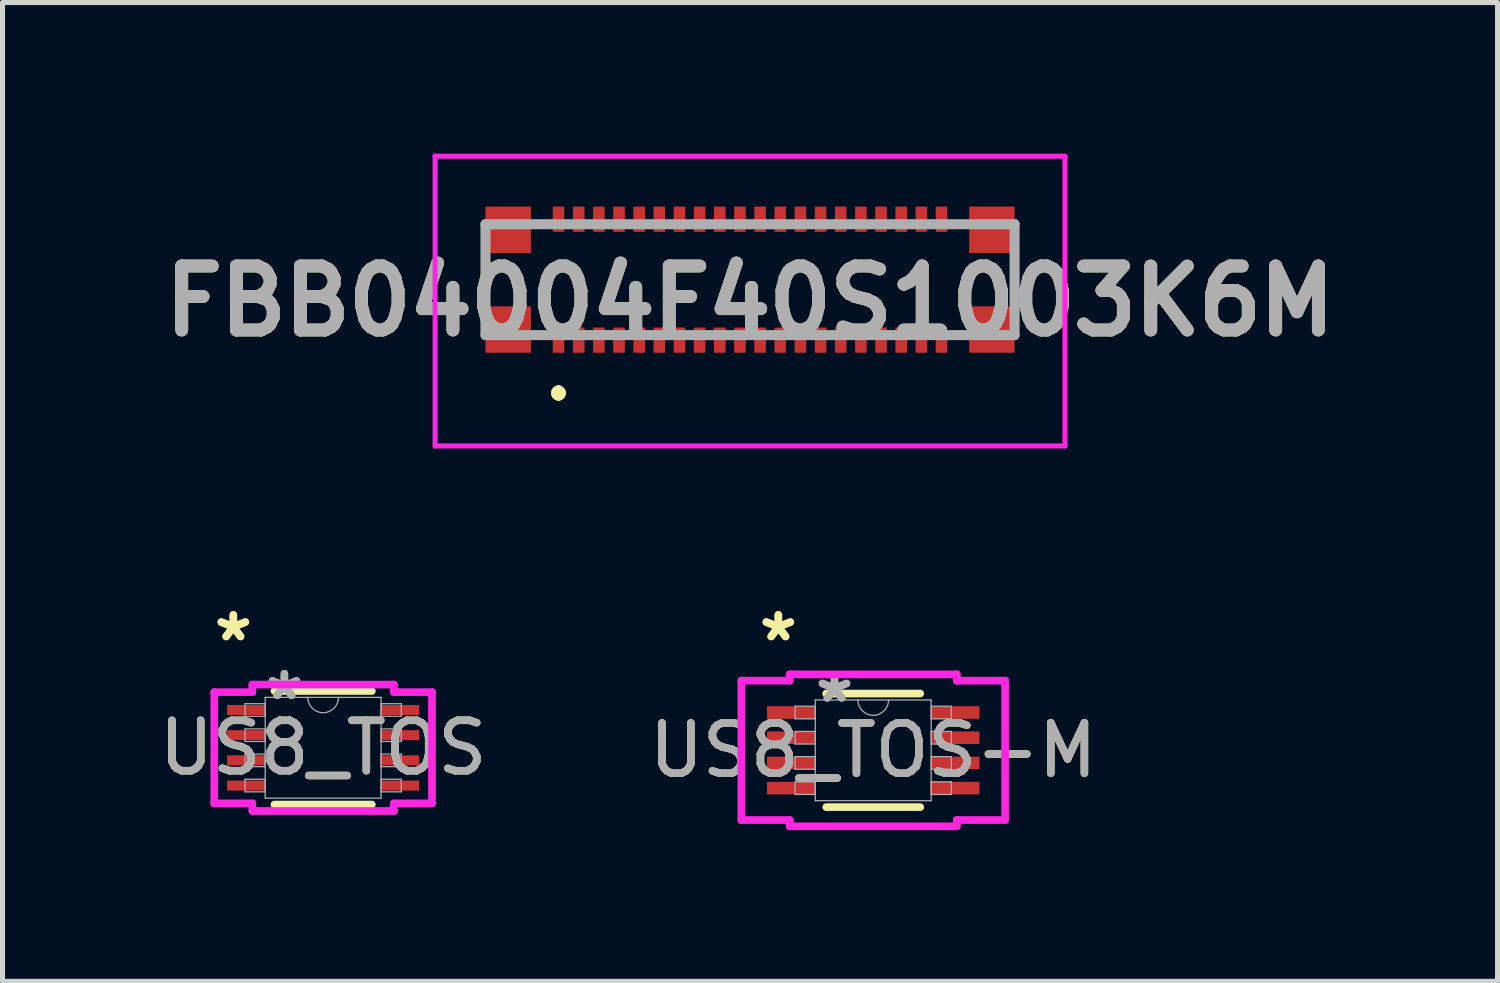
<source format=kicad_pcb>
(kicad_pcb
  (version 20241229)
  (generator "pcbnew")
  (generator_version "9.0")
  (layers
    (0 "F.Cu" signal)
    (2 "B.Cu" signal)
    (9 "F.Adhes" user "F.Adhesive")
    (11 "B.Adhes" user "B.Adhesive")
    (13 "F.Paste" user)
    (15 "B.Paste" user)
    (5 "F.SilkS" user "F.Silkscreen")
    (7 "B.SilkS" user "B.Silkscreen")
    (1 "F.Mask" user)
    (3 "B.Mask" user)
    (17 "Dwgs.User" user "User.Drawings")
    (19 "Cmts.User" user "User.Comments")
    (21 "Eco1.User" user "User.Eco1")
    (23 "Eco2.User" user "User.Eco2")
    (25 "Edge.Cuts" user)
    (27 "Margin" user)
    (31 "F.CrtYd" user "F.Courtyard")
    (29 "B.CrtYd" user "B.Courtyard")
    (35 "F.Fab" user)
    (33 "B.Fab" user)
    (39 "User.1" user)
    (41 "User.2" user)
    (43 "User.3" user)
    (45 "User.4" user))
  (footprint "FBB04004F40S1003K6M"
    (layer "F.Cu")
    (at 11.835 2.5)
    (property "Reference" "FBB04004F40S1003K6M" (at 0 0.425 0) (layer "F.SilkS") (effects (font (size 1.27 1.27) (thickness 0.254))))
    (attr smd)
    (fp_line (start -3.8 2.2) (end -3.8 2.2) (stroke (width 0.2) (type solid)) (layer "F.SilkS"))
    (fp_line (start -3.8 2.2) (end -3.8 2.2) (stroke (width 0.2) (type solid)) (layer "F.SilkS"))
    (fp_line (start -3.8 2.3) (end -3.8 2.3) (stroke (width 0.2) (type solid)) (layer "F.SilkS"))
    (fp_arc (start -3.8 2.2) (mid -3.75 2.25) (end -3.8 2.3) (stroke (width 0.2) (type solid)) (layer "F.SilkS"))
    (fp_arc (start -3.8 2.3) (mid -3.85 2.25) (end -3.8 2.2) (stroke (width 0.2) (type solid)) (layer "F.SilkS"))
    (fp_arc (start -3.8 2.3) (mid -3.85 2.25) (end -3.8 2.2) (stroke (width 0.2) (type solid)) (layer "F.SilkS"))
    (fp_line (start -6.25 -2.45) (end 6.25 -2.45) (stroke (width 0.1) (type solid)) (layer "F.CrtYd"))
    (fp_line (start -6.25 3.3) (end -6.25 -2.45) (stroke (width 0.1) (type solid)) (layer "F.CrtYd"))
    (fp_line (start 6.25 -2.45) (end 6.25 3.3) (stroke (width 0.1) (type solid)) (layer "F.CrtYd"))
    (fp_line (start 6.25 3.3) (end -6.25 3.3) (stroke (width 0.1) (type solid)) (layer "F.CrtYd"))
    (fp_line (start -5.25 -1.1) (end -5.25 1.1) (stroke (width 0.2) (type solid)) (layer "F.Fab"))
    (fp_line (start -5.25 1.1) (end 5.25 1.1) (stroke (width 0.2) (type solid)) (layer "F.Fab"))
    (fp_line (start 5.25 -1.1) (end -5.25 -1.1) (stroke (width 0.2) (type solid)) (layer "F.Fab"))
    (fp_line (start 5.25 1.1) (end 5.25 -1.1) (stroke (width 0.2) (type solid)) (layer "F.Fab"))
    (fp_text user "${REFERENCE}" (at 0 0.425 0) (layer "F.Fab") (effects (font (size 1.27 1.27) (thickness 0.254))))
    (pad "1" smd rect (at -3.8 1.2) (size 0.23 0.5) (layers "F.Cu" "F.Mask" "F.Paste"))
    (pad "2" smd rect (at -3.8 -1.2) (size 0.23 0.5) (layers "F.Cu" "F.Mask" "F.Paste"))
    (pad "3" smd rect (at -3.4 1.2) (size 0.23 0.5) (layers "F.Cu" "F.Mask" "F.Paste"))
    (pad "4" smd rect (at -3.4 -1.2) (size 0.23 0.5) (layers "F.Cu" "F.Mask" "F.Paste"))
    (pad "5" smd rect (at -3 1.2) (size 0.23 0.5) (layers "F.Cu" "F.Mask" "F.Paste"))
    (pad "6" smd rect (at -3 -1.2) (size 0.23 0.5) (layers "F.Cu" "F.Mask" "F.Paste"))
    (pad "7" smd rect (at -2.6 1.2) (size 0.23 0.5) (layers "F.Cu" "F.Mask" "F.Paste"))
    (pad "8" smd rect (at -2.6 -1.2) (size 0.23 0.5) (layers "F.Cu" "F.Mask" "F.Paste"))
    (pad "9" smd rect (at -2.2 1.2) (size 0.23 0.5) (layers "F.Cu" "F.Mask" "F.Paste"))
    (pad "10" smd rect (at -2.2 -1.2) (size 0.23 0.5) (layers "F.Cu" "F.Mask" "F.Paste"))
    (pad "11" smd rect (at -1.8 1.2) (size 0.23 0.5) (layers "F.Cu" "F.Mask" "F.Paste"))
    (pad "12" smd rect (at -1.8 -1.2) (size 0.23 0.5) (layers "F.Cu" "F.Mask" "F.Paste"))
    (pad "13" smd rect (at -1.4 1.2) (size 0.23 0.5) (layers "F.Cu" "F.Mask" "F.Paste"))
    (pad "14" smd rect (at -1.4 -1.2) (size 0.23 0.5) (layers "F.Cu" "F.Mask" "F.Paste"))
    (pad "15" smd rect (at -1 1.2) (size 0.23 0.5) (layers "F.Cu" "F.Mask" "F.Paste"))
    (pad "16" smd rect (at -1 -1.2) (size 0.23 0.5) (layers "F.Cu" "F.Mask" "F.Paste"))
    (pad "17" smd rect (at -0.6 1.2) (size 0.23 0.5) (layers "F.Cu" "F.Mask" "F.Paste"))
    (pad "18" smd rect (at -0.6 -1.2) (size 0.23 0.5) (layers "F.Cu" "F.Mask" "F.Paste"))
    (pad "19" smd rect (at -0.2 1.2) (size 0.23 0.5) (layers "F.Cu" "F.Mask" "F.Paste"))
    (pad "20" smd rect (at -0.2 -1.2) (size 0.23 0.5) (layers "F.Cu" "F.Mask" "F.Paste"))
    (pad "21" smd rect (at 0.2 1.2) (size 0.23 0.5) (layers "F.Cu" "F.Mask" "F.Paste"))
    (pad "22" smd rect (at 0.2 -1.2) (size 0.23 0.5) (layers "F.Cu" "F.Mask" "F.Paste"))
    (pad "23" smd rect (at 0.6 1.2) (size 0.23 0.5) (layers "F.Cu" "F.Mask" "F.Paste"))
    (pad "24" smd rect (at 0.6 -1.2) (size 0.23 0.5) (layers "F.Cu" "F.Mask" "F.Paste"))
    (pad "25" smd rect (at 1 1.2) (size 0.23 0.5) (layers "F.Cu" "F.Mask" "F.Paste"))
    (pad "26" smd rect (at 1 -1.2) (size 0.23 0.5) (layers "F.Cu" "F.Mask" "F.Paste"))
    (pad "27" smd rect (at 1.4 1.2) (size 0.23 0.5) (layers "F.Cu" "F.Mask" "F.Paste"))
    (pad "28" smd rect (at 1.4 -1.2) (size 0.23 0.5) (layers "F.Cu" "F.Mask" "F.Paste"))
    (pad "29" smd rect (at 1.8 1.2) (size 0.23 0.5) (layers "F.Cu" "F.Mask" "F.Paste"))
    (pad "30" smd rect (at 1.8 -1.2) (size 0.23 0.5) (layers "F.Cu" "F.Mask" "F.Paste"))
    (pad "31" smd rect (at 2.2 1.2) (size 0.23 0.5) (layers "F.Cu" "F.Mask" "F.Paste"))
    (pad "32" smd rect (at 2.2 -1.2) (size 0.23 0.5) (layers "F.Cu" "F.Mask" "F.Paste"))
    (pad "33" smd rect (at 2.6 1.2) (size 0.23 0.5) (layers "F.Cu" "F.Mask" "F.Paste"))
    (pad "34" smd rect (at 2.6 -1.2) (size 0.23 0.5) (layers "F.Cu" "F.Mask" "F.Paste"))
    (pad "35" smd rect (at 3 1.2) (size 0.23 0.5) (layers "F.Cu" "F.Mask" "F.Paste"))
    (pad "36" smd rect (at 3 -1.2) (size 0.23 0.5) (layers "F.Cu" "F.Mask" "F.Paste"))
    (pad "37" smd rect (at 3.4 1.2) (size 0.23 0.5) (layers "F.Cu" "F.Mask" "F.Paste"))
    (pad "38" smd rect (at 3.4 -1.2) (size 0.23 0.5) (layers "F.Cu" "F.Mask" "F.Paste"))
    (pad "39" smd rect (at 3.8 1.2) (size 0.23 0.5) (layers "F.Cu" "F.Mask" "F.Paste"))
    (pad "40" smd rect (at 3.8 -1.2) (size 0.23 0.5) (layers "F.Cu" "F.Mask" "F.Paste"))
    (pad "MP1" smd rect (at -4.8 0.99) (size 0.9 0.92) (layers "F.Cu" "F.Mask" "F.Paste"))
    (pad "MP2" smd rect (at -4.8 -0.99) (size 0.9 0.92) (layers "F.Cu" "F.Mask" "F.Paste"))
    (pad "MP3" smd rect (at 4.8 0.99) (size 0.9 0.92) (layers "F.Cu" "F.Mask" "F.Paste"))
    (pad "MP4" smd rect (at 4.8 -0.99) (size 0.9 0.92) (layers "F.Cu" "F.Mask" "F.Paste")))
  (footprint "US8_TOS"
    (layer "F.Cu")
    (at 3.363 11.79)
    (property "Reference" "US8_TOS" (at 0 0 0) (unlocked yes) (layer "F.SilkS") (effects (font (size 1 1) (thickness 0.15))))
    (attr smd)
    (fp_line (start -0.966 1.127) (end 0.966 1.127) (stroke (width 0.152) (type solid)) (layer "F.SilkS"))
    (fp_line (start 0.966 -1.127) (end -0.966 -1.127) (stroke (width 0.152) (type solid)) (layer "F.SilkS"))
    (fp_line (start -2.16 -1.104) (end -1.404 -1.104) (stroke (width 0.152) (type solid)) (layer "F.CrtYd"))
    (fp_line (start -2.16 1.104) (end -2.16 -1.104) (stroke (width 0.152) (type solid)) (layer "F.CrtYd"))
    (fp_line (start -2.16 1.104) (end -1.404 1.104) (stroke (width 0.152) (type solid)) (layer "F.CrtYd"))
    (fp_line (start -1.404 -1.254) (end 1.404 -1.254) (stroke (width 0.152) (type solid)) (layer "F.CrtYd"))
    (fp_line (start -1.404 -1.104) (end -1.404 -1.254) (stroke (width 0.152) (type solid)) (layer "F.CrtYd"))
    (fp_line (start -1.404 1.254) (end -1.404 1.104) (stroke (width 0.152) (type solid)) (layer "F.CrtYd"))
    (fp_line (start 1.404 -1.254) (end 1.404 -1.104) (stroke (width 0.152) (type solid)) (layer "F.CrtYd"))
    (fp_line (start 1.404 1.104) (end 1.404 1.254) (stroke (width 0.152) (type solid)) (layer "F.CrtYd"))
    (fp_line (start 1.404 1.254) (end -1.404 1.254) (stroke (width 0.152) (type solid)) (layer "F.CrtYd"))
    (fp_line (start 2.16 -1.104) (end 1.404 -1.104) (stroke (width 0.152) (type solid)) (layer "F.CrtYd"))
    (fp_line (start 2.16 -1.104) (end 2.16 1.104) (stroke (width 0.152) (type solid)) (layer "F.CrtYd"))
    (fp_line (start 2.16 1.104) (end 1.404 1.104) (stroke (width 0.152) (type solid)) (layer "F.CrtYd"))
    (fp_line (start -1.55 -0.875) (end -1.55 -0.625) (stroke (width 0.025) (type solid)) (layer "F.Fab"))
    (fp_line (start -1.55 -0.625) (end -1.15 -0.625) (stroke (width 0.025) (type solid)) (layer "F.Fab"))
    (fp_line (start -1.55 -0.375) (end -1.55 -0.125) (stroke (width 0.025) (type solid)) (layer "F.Fab"))
    (fp_line (start -1.55 -0.125) (end -1.15 -0.125) (stroke (width 0.025) (type solid)) (layer "F.Fab"))
    (fp_line (start -1.55 0.125) (end -1.55 0.375) (stroke (width 0.025) (type solid)) (layer "F.Fab"))
    (fp_line (start -1.55 0.375) (end -1.15 0.375) (stroke (width 0.025) (type solid)) (layer "F.Fab"))
    (fp_line (start -1.55 0.625) (end -1.55 0.875) (stroke (width 0.025) (type solid)) (layer "F.Fab"))
    (fp_line (start -1.55 0.875) (end -1.15 0.875) (stroke (width 0.025) (type solid)) (layer "F.Fab"))
    (fp_line (start -1.15 -1) (end -1.15 1) (stroke (width 0.025) (type solid)) (layer "F.Fab"))
    (fp_line (start -1.15 -0.875) (end -1.55 -0.875) (stroke (width 0.025) (type solid)) (layer "F.Fab"))
    (fp_line (start -1.15 -0.625) (end -1.15 -0.875) (stroke (width 0.025) (type solid)) (layer "F.Fab"))
    (fp_line (start -1.15 -0.375) (end -1.55 -0.375) (stroke (width 0.025) (type solid)) (layer "F.Fab"))
    (fp_line (start -1.15 -0.125) (end -1.15 -0.375) (stroke (width 0.025) (type solid)) (layer "F.Fab"))
    (fp_line (start -1.15 0.125) (end -1.55 0.125) (stroke (width 0.025) (type solid)) (layer "F.Fab"))
    (fp_line (start -1.15 0.375) (end -1.15 0.125) (stroke (width 0.025) (type solid)) (layer "F.Fab"))
    (fp_line (start -1.15 0.625) (end -1.55 0.625) (stroke (width 0.025) (type solid)) (layer "F.Fab"))
    (fp_line (start -1.15 0.875) (end -1.15 0.625) (stroke (width 0.025) (type solid)) (layer "F.Fab"))
    (fp_line (start -1.15 1) (end 1.15 1) (stroke (width 0.025) (type solid)) (layer "F.Fab"))
    (fp_line (start 1.15 -1) (end -1.15 -1) (stroke (width 0.025) (type solid)) (layer "F.Fab"))
    (fp_line (start 1.15 -0.875) (end 1.15 -0.625) (stroke (width 0.025) (type solid)) (layer "F.Fab"))
    (fp_line (start 1.15 -0.625) (end 1.55 -0.625) (stroke (width 0.025) (type solid)) (layer "F.Fab"))
    (fp_line (start 1.15 -0.375) (end 1.15 -0.125) (stroke (width 0.025) (type solid)) (layer "F.Fab"))
    (fp_line (start 1.15 -0.125) (end 1.55 -0.125) (stroke (width 0.025) (type solid)) (layer "F.Fab"))
    (fp_line (start 1.15 0.125) (end 1.15 0.375) (stroke (width 0.025) (type solid)) (layer "F.Fab"))
    (fp_line (start 1.15 0.375) (end 1.55 0.375) (stroke (width 0.025) (type solid)) (layer "F.Fab"))
    (fp_line (start 1.15 0.625) (end 1.15 0.875) (stroke (width 0.025) (type solid)) (layer "F.Fab"))
    (fp_line (start 1.15 0.875) (end 1.55 0.875) (stroke (width 0.025) (type solid)) (layer "F.Fab"))
    (fp_line (start 1.15 1) (end 1.15 -1) (stroke (width 0.025) (type solid)) (layer "F.Fab"))
    (fp_line (start 1.55 -0.875) (end 1.15 -0.875) (stroke (width 0.025) (type solid)) (layer "F.Fab"))
    (fp_line (start 1.55 -0.625) (end 1.55 -0.875) (stroke (width 0.025) (type solid)) (layer "F.Fab"))
    (fp_line (start 1.55 -0.375) (end 1.15 -0.375) (stroke (width 0.025) (type solid)) (layer "F.Fab"))
    (fp_line (start 1.55 -0.125) (end 1.55 -0.375) (stroke (width 0.025) (type solid)) (layer "F.Fab"))
    (fp_line (start 1.55 0.125) (end 1.15 0.125) (stroke (width 0.025) (type solid)) (layer "F.Fab"))
    (fp_line (start 1.55 0.375) (end 1.55 0.125) (stroke (width 0.025) (type solid)) (layer "F.Fab"))
    (fp_line (start 1.55 0.625) (end 1.15 0.625) (stroke (width 0.025) (type solid)) (layer "F.Fab"))
    (fp_line (start 1.55 0.875) (end 1.55 0.625) (stroke (width 0.025) (type solid)) (layer "F.Fab"))
    (fp_arc (start 0.3048 -1) (mid 0 -0.6952) (end -0.3048 -1) (stroke (width 0.0254) (type solid)) (layer "F.Fab"))
    (fp_text user "*" (at -1.782 -2.092 0) (unlocked yes) (layer "F.SilkS") (effects (font (size 1 1) (thickness 0.15))))
    (fp_text user "*" (at -1.782 -2.092 0) (layer "F.SilkS") (effects (font (size 1 1) (thickness 0.15))))
    (fp_text user "*" (at -0.769 -0.924 0) (layer "F.Fab") (effects (font (size 1 1) (thickness 0.15))))
    (fp_text user "${REFERENCE}" (at 0 0 0) (unlocked yes) (layer "F.Fab") (effects (font (size 1 1) (thickness 0.15))))
    (fp_text user "*" (at -0.769 -0.924 0) (unlocked yes) (layer "F.Fab") (effects (font (size 1 1) (thickness 0.15))))
    (pad "1" smd rect (at -1.528 -0.75) (size 0.756 0.199) (layers "F.Cu" "F.Mask" "F.Paste"))
    (pad "2" smd rect (at -1.528 -0.25) (size 0.756 0.199) (layers "F.Cu" "F.Mask" "F.Paste"))
    (pad "3" smd rect (at -1.528 0.25) (size 0.756 0.199) (layers "F.Cu" "F.Mask" "F.Paste"))
    (pad "4" smd rect (at -1.528 0.75) (size 0.756 0.199) (layers "F.Cu" "F.Mask" "F.Paste"))
    (pad "5" smd rect (at 1.528 0.75) (size 0.756 0.199) (layers "F.Cu" "F.Mask" "F.Paste"))
    (pad "6" smd rect (at 1.528 0.25) (size 0.756 0.199) (layers "F.Cu" "F.Mask" "F.Paste"))
    (pad "7" smd rect (at 1.528 -0.25) (size 0.756 0.199) (layers "F.Cu" "F.Mask" "F.Paste"))
    (pad "8" smd rect (at 1.528 -0.75) (size 0.756 0.199) (layers "F.Cu" "F.Mask" "F.Paste")))
  (footprint "US8_TOS-M"
    (layer "F.Cu")
    (at 14.28 11.841)
    (property "Reference" "US8_TOS-M" (at 0 0 0) (unlocked yes) (layer "F.SilkS") (effects (font (size 1 1) (thickness 0.15))))
    (attr smd)
    (fp_line (start -0.933 1.127) (end 0.933 1.127) (stroke (width 0.152) (type solid)) (layer "F.SilkS"))
    (fp_line (start 0.933 -1.127) (end -0.933 -1.127) (stroke (width 0.152) (type solid)) (layer "F.SilkS"))
    (fp_line (start -2.617 -1.383) (end -1.658 -1.383) (stroke (width 0.152) (type solid)) (layer "F.CrtYd"))
    (fp_line (start -2.617 1.383) (end -2.617 -1.383) (stroke (width 0.152) (type solid)) (layer "F.CrtYd"))
    (fp_line (start -2.617 1.383) (end -1.658 1.383) (stroke (width 0.152) (type solid)) (layer "F.CrtYd"))
    (fp_line (start -1.658 -1.508) (end 1.658 -1.508) (stroke (width 0.152) (type solid)) (layer "F.CrtYd"))
    (fp_line (start -1.658 -1.383) (end -1.658 -1.508) (stroke (width 0.152) (type solid)) (layer "F.CrtYd"))
    (fp_line (start -1.658 1.508) (end -1.658 1.383) (stroke (width 0.152) (type solid)) (layer "F.CrtYd"))
    (fp_line (start 1.658 -1.508) (end 1.658 -1.383) (stroke (width 0.152) (type solid)) (layer "F.CrtYd"))
    (fp_line (start 1.658 1.383) (end 1.658 1.508) (stroke (width 0.152) (type solid)) (layer "F.CrtYd"))
    (fp_line (start 1.658 1.508) (end -1.658 1.508) (stroke (width 0.152) (type solid)) (layer "F.CrtYd"))
    (fp_line (start 2.617 -1.383) (end 1.658 -1.383) (stroke (width 0.152) (type solid)) (layer "F.CrtYd"))
    (fp_line (start 2.617 -1.383) (end 2.617 1.383) (stroke (width 0.152) (type solid)) (layer "F.CrtYd"))
    (fp_line (start 2.617 1.383) (end 1.658 1.383) (stroke (width 0.152) (type solid)) (layer "F.CrtYd"))
    (fp_line (start -1.55 -0.875) (end -1.55 -0.625) (stroke (width 0.025) (type solid)) (layer "F.Fab"))
    (fp_line (start -1.55 -0.625) (end -1.15 -0.625) (stroke (width 0.025) (type solid)) (layer "F.Fab"))
    (fp_line (start -1.55 -0.375) (end -1.55 -0.125) (stroke (width 0.025) (type solid)) (layer "F.Fab"))
    (fp_line (start -1.55 -0.125) (end -1.15 -0.125) (stroke (width 0.025) (type solid)) (layer "F.Fab"))
    (fp_line (start -1.55 0.125) (end -1.55 0.375) (stroke (width 0.025) (type solid)) (layer "F.Fab"))
    (fp_line (start -1.55 0.375) (end -1.15 0.375) (stroke (width 0.025) (type solid)) (layer "F.Fab"))
    (fp_line (start -1.55 0.625) (end -1.55 0.875) (stroke (width 0.025) (type solid)) (layer "F.Fab"))
    (fp_line (start -1.55 0.875) (end -1.15 0.875) (stroke (width 0.025) (type solid)) (layer "F.Fab"))
    (fp_line (start -1.15 -1) (end -1.15 1) (stroke (width 0.025) (type solid)) (layer "F.Fab"))
    (fp_line (start -1.15 -0.875) (end -1.55 -0.875) (stroke (width 0.025) (type solid)) (layer "F.Fab"))
    (fp_line (start -1.15 -0.625) (end -1.15 -0.875) (stroke (width 0.025) (type solid)) (layer "F.Fab"))
    (fp_line (start -1.15 -0.375) (end -1.55 -0.375) (stroke (width 0.025) (type solid)) (layer "F.Fab"))
    (fp_line (start -1.15 -0.125) (end -1.15 -0.375) (stroke (width 0.025) (type solid)) (layer "F.Fab"))
    (fp_line (start -1.15 0.125) (end -1.55 0.125) (stroke (width 0.025) (type solid)) (layer "F.Fab"))
    (fp_line (start -1.15 0.375) (end -1.15 0.125) (stroke (width 0.025) (type solid)) (layer "F.Fab"))
    (fp_line (start -1.15 0.625) (end -1.55 0.625) (stroke (width 0.025) (type solid)) (layer "F.Fab"))
    (fp_line (start -1.15 0.875) (end -1.15 0.625) (stroke (width 0.025) (type solid)) (layer "F.Fab"))
    (fp_line (start -1.15 1) (end 1.15 1) (stroke (width 0.025) (type solid)) (layer "F.Fab"))
    (fp_line (start 1.15 -1) (end -1.15 -1) (stroke (width 0.025) (type solid)) (layer "F.Fab"))
    (fp_line (start 1.15 -0.875) (end 1.15 -0.625) (stroke (width 0.025) (type solid)) (layer "F.Fab"))
    (fp_line (start 1.15 -0.625) (end 1.55 -0.625) (stroke (width 0.025) (type solid)) (layer "F.Fab"))
    (fp_line (start 1.15 -0.375) (end 1.15 -0.125) (stroke (width 0.025) (type solid)) (layer "F.Fab"))
    (fp_line (start 1.15 -0.125) (end 1.55 -0.125) (stroke (width 0.025) (type solid)) (layer "F.Fab"))
    (fp_line (start 1.15 0.125) (end 1.15 0.375) (stroke (width 0.025) (type solid)) (layer "F.Fab"))
    (fp_line (start 1.15 0.375) (end 1.55 0.375) (stroke (width 0.025) (type solid)) (layer "F.Fab"))
    (fp_line (start 1.15 0.625) (end 1.15 0.875) (stroke (width 0.025) (type solid)) (layer "F.Fab"))
    (fp_line (start 1.15 0.875) (end 1.55 0.875) (stroke (width 0.025) (type solid)) (layer "F.Fab"))
    (fp_line (start 1.15 1) (end 1.15 -1) (stroke (width 0.025) (type solid)) (layer "F.Fab"))
    (fp_line (start 1.55 -0.875) (end 1.15 -0.875) (stroke (width 0.025) (type solid)) (layer "F.Fab"))
    (fp_line (start 1.55 -0.625) (end 1.55 -0.875) (stroke (width 0.025) (type solid)) (layer "F.Fab"))
    (fp_line (start 1.55 -0.375) (end 1.15 -0.375) (stroke (width 0.025) (type solid)) (layer "F.Fab"))
    (fp_line (start 1.55 -0.125) (end 1.55 -0.375) (stroke (width 0.025) (type solid)) (layer "F.Fab"))
    (fp_line (start 1.55 0.125) (end 1.15 0.125) (stroke (width 0.025) (type solid)) (layer "F.Fab"))
    (fp_line (start 1.55 0.375) (end 1.55 0.125) (stroke (width 0.025) (type solid)) (layer "F.Fab"))
    (fp_line (start 1.55 0.625) (end 1.15 0.625) (stroke (width 0.025) (type solid)) (layer "F.Fab"))
    (fp_line (start 1.55 0.875) (end 1.55 0.625) (stroke (width 0.025) (type solid)) (layer "F.Fab"))
    (fp_arc (start 0.3048 -1) (mid 0 -0.6952) (end -0.3048 -1) (stroke (width 0.0254) (type solid)) (layer "F.Fab"))
    (fp_text user "*" (at -1.883 -2.143 0) (unlocked yes) (layer "F.SilkS") (effects (font (size 1 1) (thickness 0.15))))
    (fp_text user "*" (at -1.883 -2.143 0) (layer "F.SilkS") (effects (font (size 1 1) (thickness 0.15))))
    (fp_text user "*" (at -0.769 -0.924 0) (layer "F.Fab") (effects (font (size 1 1) (thickness 0.15))))
    (fp_text user "*" (at -0.769 -0.924 0) (unlocked yes) (layer "F.Fab") (effects (font (size 1 1) (thickness 0.15))))
    (fp_text user "${REFERENCE}" (at 0 0 0) (unlocked yes) (layer "F.Fab") (effects (font (size 1 1) (thickness 0.15))))
    (pad "1" smd rect (at -1.629 -0.75) (size 0.959 0.25) (layers "F.Cu" "F.Mask" "F.Paste"))
    (pad "2" smd rect (at -1.629 -0.25) (size 0.959 0.25) (layers "F.Cu" "F.Mask" "F.Paste"))
    (pad "3" smd rect (at -1.629 0.25) (size 0.959 0.25) (layers "F.Cu" "F.Mask" "F.Paste"))
    (pad "4" smd rect (at -1.629 0.75) (size 0.959 0.25) (layers "F.Cu" "F.Mask" "F.Paste"))
    (pad "5" smd rect (at 1.629 0.75) (size 0.959 0.25) (layers "F.Cu" "F.Mask" "F.Paste"))
    (pad "6" smd rect (at 1.629 0.25) (size 0.959 0.25) (layers "F.Cu" "F.Mask" "F.Paste"))
    (pad "7" smd rect (at 1.629 -0.25) (size 0.959 0.25) (layers "F.Cu" "F.Mask" "F.Paste"))
    (pad "8" smd rect (at 1.629 -0.75) (size 0.959 0.25) (layers "F.Cu" "F.Mask" "F.Paste")))
  (gr_rect
    (start -3 -3)
    (end 26.67 16.425)
    (stroke (width 0.1) (type default))
    (fill no)
    (layer "Edge.Cuts")))
</source>
